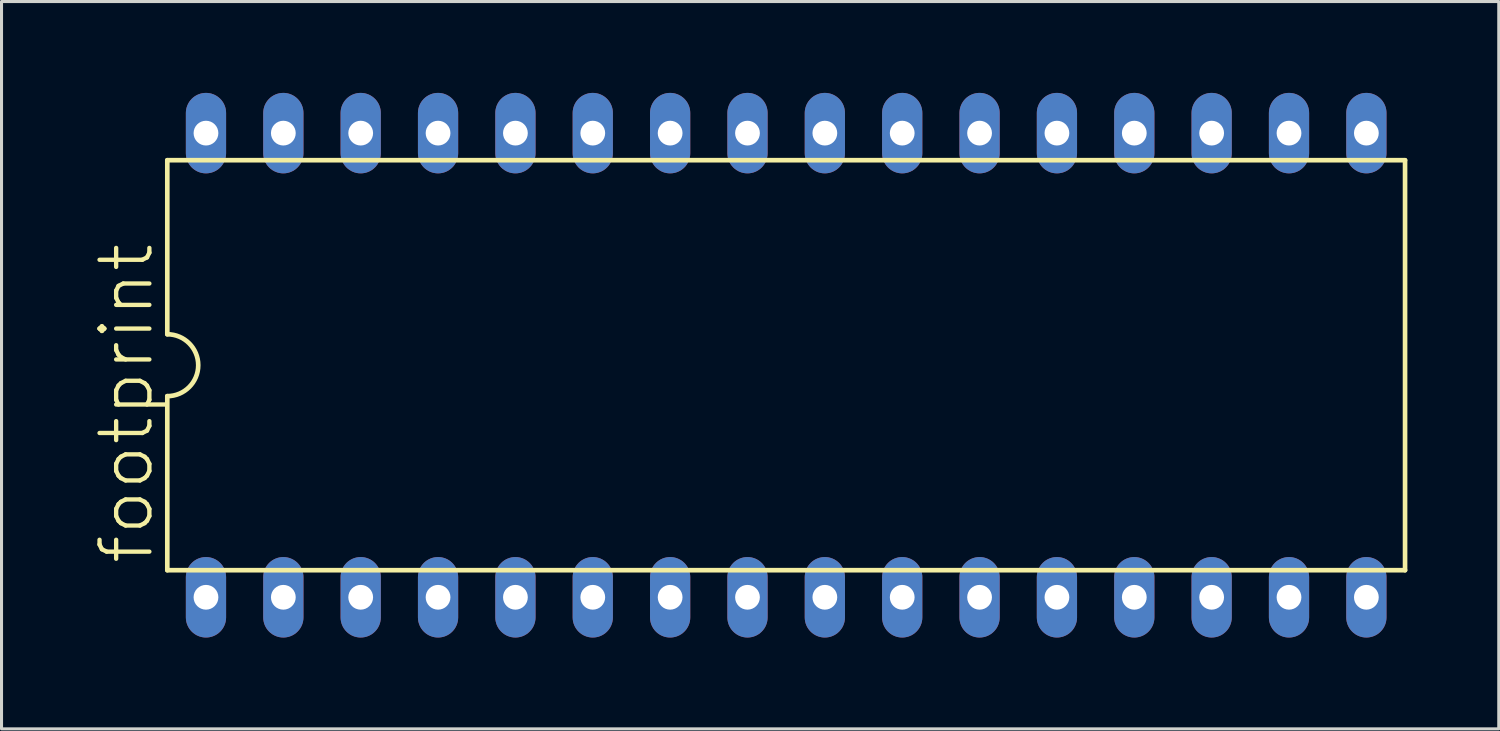
<source format=kicad_pcb>
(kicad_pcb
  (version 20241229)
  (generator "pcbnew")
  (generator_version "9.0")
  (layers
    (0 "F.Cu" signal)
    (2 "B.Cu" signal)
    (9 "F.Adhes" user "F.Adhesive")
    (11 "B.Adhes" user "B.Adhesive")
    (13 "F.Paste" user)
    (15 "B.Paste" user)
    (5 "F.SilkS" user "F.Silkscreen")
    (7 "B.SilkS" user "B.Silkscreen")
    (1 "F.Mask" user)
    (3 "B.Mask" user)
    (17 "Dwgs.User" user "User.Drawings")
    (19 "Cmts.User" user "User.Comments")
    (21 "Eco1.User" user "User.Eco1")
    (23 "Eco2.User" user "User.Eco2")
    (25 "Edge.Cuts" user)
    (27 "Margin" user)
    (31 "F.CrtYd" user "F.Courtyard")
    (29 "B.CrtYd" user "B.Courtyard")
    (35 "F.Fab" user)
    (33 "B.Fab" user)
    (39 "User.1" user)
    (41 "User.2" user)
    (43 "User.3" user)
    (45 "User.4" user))
  (footprint "footprint"
    (layer "F.Cu")
    (at 22.763 8.941)
    (property "Reference" "footprint" (at -20.701 6.604 90) (layer "F.SilkS") (effects (font (size 1.636 1.636) (thickness 0.142)) (justify left bottom)))
    (fp_line (start -20.32 -6.731) (end -20.32 -1.016) (stroke (width 0.152) (type solid)) (layer "F.SilkS"))
    (fp_line (start -20.32 6.731) (end -20.32 1.016) (stroke (width 0.152) (type solid)) (layer "F.SilkS"))
    (fp_line (start -20.32 6.731) (end 20.32 6.731) (stroke (width 0.152) (type solid)) (layer "F.SilkS"))
    (fp_line (start 20.32 -6.731) (end -20.32 -6.731) (stroke (width 0.152) (type solid)) (layer "F.SilkS"))
    (fp_line (start 20.32 -6.731) (end 20.32 6.731) (stroke (width 0.152) (type solid)) (layer "F.SilkS"))
    (fp_arc (start -20.32 -1.016) (mid -19.304 0) (end -20.32 1.016) (stroke (width 0.1524) (type solid)) (layer "F.SilkS"))
    (pad "1" thru_hole oval (at -19.05 7.62 90) (size 2.642 1.321) (drill 0.813) (layers "*.Cu" "*.Mask"))
    (pad "2" thru_hole oval (at -16.51 7.62 90) (size 2.642 1.321) (drill 0.813) (layers "*.Cu" "*.Mask"))
    (pad "3" thru_hole oval (at -13.97 7.62 90) (size 2.642 1.321) (drill 0.813) (layers "*.Cu" "*.Mask"))
    (pad "4" thru_hole oval (at -11.43 7.62 90) (size 2.642 1.321) (drill 0.813) (layers "*.Cu" "*.Mask"))
    (pad "5" thru_hole oval (at -8.89 7.62 90) (size 2.642 1.321) (drill 0.813) (layers "*.Cu" "*.Mask"))
    (pad "6" thru_hole oval (at -6.35 7.62 90) (size 2.642 1.321) (drill 0.813) (layers "*.Cu" "*.Mask"))
    (pad "7" thru_hole oval (at -3.81 7.62 90) (size 2.642 1.321) (drill 0.813) (layers "*.Cu" "*.Mask"))
    (pad "8" thru_hole oval (at -1.27 7.62 90) (size 2.642 1.321) (drill 0.813) (layers "*.Cu" "*.Mask"))
    (pad "9" thru_hole oval (at 1.27 7.62 90) (size 2.642 1.321) (drill 0.813) (layers "*.Cu" "*.Mask"))
    (pad "10" thru_hole oval (at 3.81 7.62 90) (size 2.642 1.321) (drill 0.813) (layers "*.Cu" "*.Mask"))
    (pad "11" thru_hole oval (at 6.35 7.62 90) (size 2.642 1.321) (drill 0.813) (layers "*.Cu" "*.Mask"))
    (pad "12" thru_hole oval (at 8.89 7.62 90) (size 2.642 1.321) (drill 0.813) (layers "*.Cu" "*.Mask"))
    (pad "13" thru_hole oval (at 11.43 7.62 90) (size 2.642 1.321) (drill 0.813) (layers "*.Cu" "*.Mask"))
    (pad "14" thru_hole oval (at 13.97 7.62 90) (size 2.642 1.321) (drill 0.813) (layers "*.Cu" "*.Mask"))
    (pad "15" thru_hole oval (at 16.51 7.62 90) (size 2.642 1.321) (drill 0.813) (layers "*.Cu" "*.Mask"))
    (pad "16" thru_hole oval (at 19.05 7.62 90) (size 2.642 1.321) (drill 0.813) (layers "*.Cu" "*.Mask"))
    (pad "17" thru_hole oval (at 19.05 -7.62 90) (size 2.642 1.321) (drill 0.813) (layers "*.Cu" "*.Mask"))
    (pad "18" thru_hole oval (at 16.51 -7.62 90) (size 2.642 1.321) (drill 0.813) (layers "*.Cu" "*.Mask"))
    (pad "19" thru_hole oval (at 13.97 -7.62 90) (size 2.642 1.321) (drill 0.813) (layers "*.Cu" "*.Mask"))
    (pad "20" thru_hole oval (at 11.43 -7.62 90) (size 2.642 1.321) (drill 0.813) (layers "*.Cu" "*.Mask"))
    (pad "21" thru_hole oval (at 8.89 -7.62 90) (size 2.642 1.321) (drill 0.813) (layers "*.Cu" "*.Mask"))
    (pad "22" thru_hole oval (at 6.35 -7.62 90) (size 2.642 1.321) (drill 0.813) (layers "*.Cu" "*.Mask"))
    (pad "23" thru_hole oval (at 3.81 -7.62 90) (size 2.642 1.321) (drill 0.813) (layers "*.Cu" "*.Mask"))
    (pad "24" thru_hole oval (at 1.27 -7.62 90) (size 2.642 1.321) (drill 0.813) (layers "*.Cu" "*.Mask"))
    (pad "25" thru_hole oval (at -1.27 -7.62 90) (size 2.642 1.321) (drill 0.813) (layers "*.Cu" "*.Mask"))
    (pad "26" thru_hole oval (at -3.81 -7.62 90) (size 2.642 1.321) (drill 0.813) (layers "*.Cu" "*.Mask"))
    (pad "27" thru_hole oval (at -6.35 -7.62 90) (size 2.642 1.321) (drill 0.813) (layers "*.Cu" "*.Mask"))
    (pad "28" thru_hole oval (at -8.89 -7.62 90) (size 2.642 1.321) (drill 0.813) (layers "*.Cu" "*.Mask"))
    (pad "29" thru_hole oval (at -11.43 -7.62 90) (size 2.642 1.321) (drill 0.813) (layers "*.Cu" "*.Mask"))
    (pad "30" thru_hole oval (at -13.97 -7.62 90) (size 2.642 1.321) (drill 0.813) (layers "*.Cu" "*.Mask"))
    (pad "31" thru_hole oval (at -16.51 -7.62 90) (size 2.642 1.321) (drill 0.813) (layers "*.Cu" "*.Mask"))
    (pad "32" thru_hole oval (at -19.05 -7.62 90) (size 2.642 1.321) (drill 0.813) (layers "*.Cu" "*.Mask")))
  (gr_rect
    (start -3 -3)
    (end 46.16 20.882)
    (stroke (width 0.1) (type default))
    (fill no)
    (layer "Edge.Cuts")))
</source>
